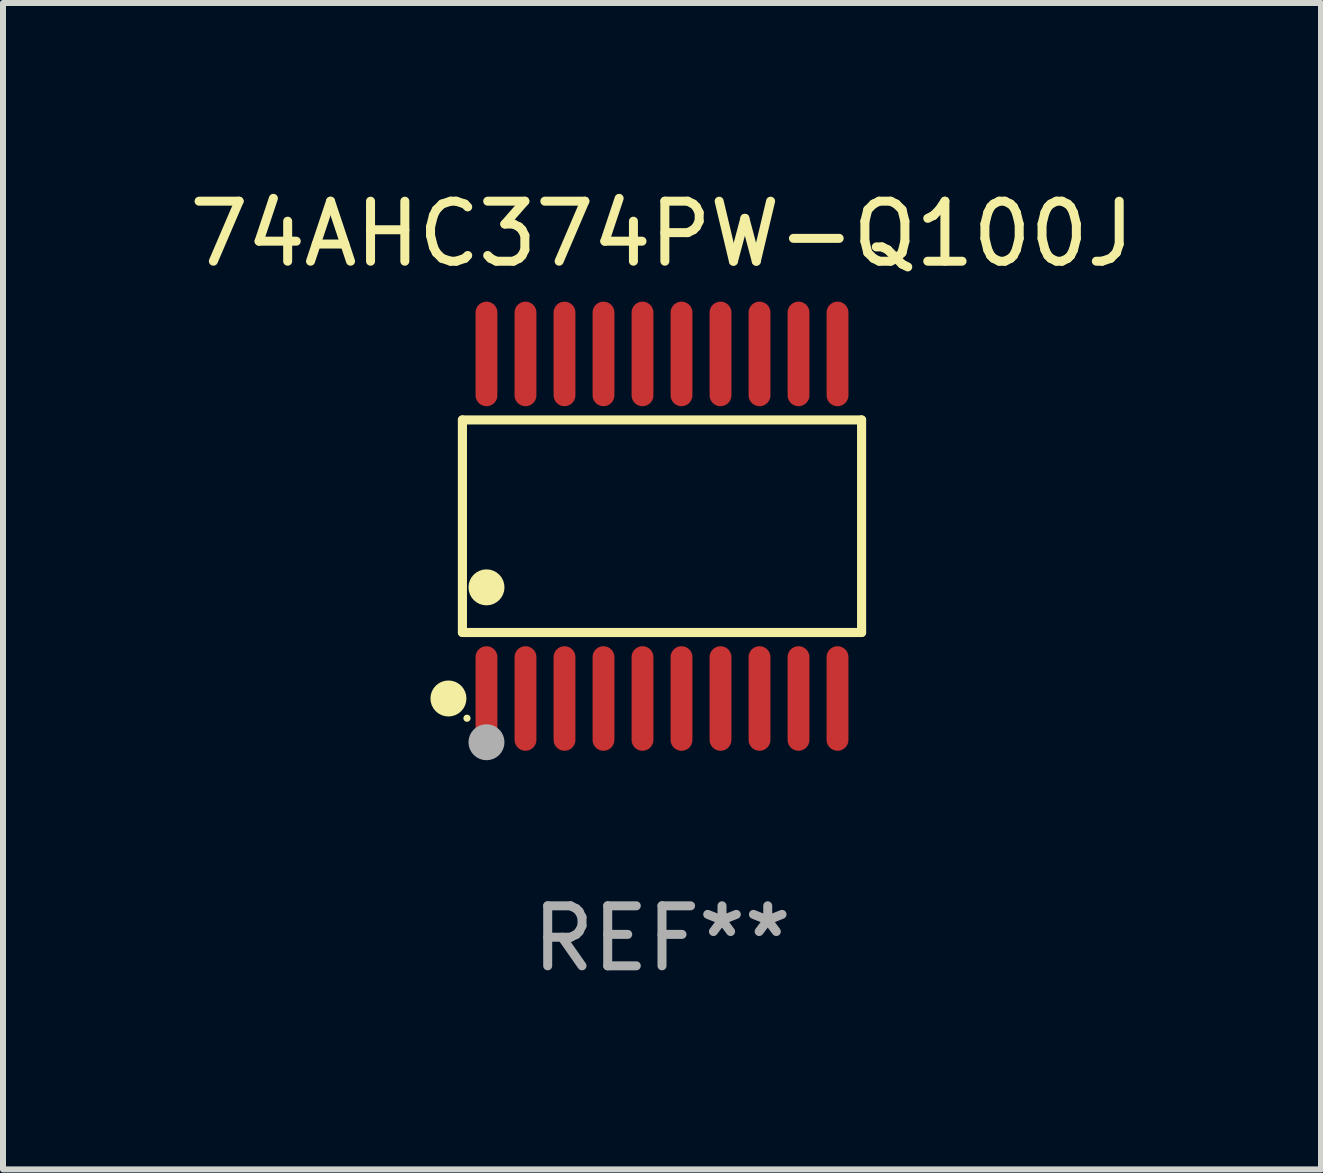
<source format=kicad_pcb>
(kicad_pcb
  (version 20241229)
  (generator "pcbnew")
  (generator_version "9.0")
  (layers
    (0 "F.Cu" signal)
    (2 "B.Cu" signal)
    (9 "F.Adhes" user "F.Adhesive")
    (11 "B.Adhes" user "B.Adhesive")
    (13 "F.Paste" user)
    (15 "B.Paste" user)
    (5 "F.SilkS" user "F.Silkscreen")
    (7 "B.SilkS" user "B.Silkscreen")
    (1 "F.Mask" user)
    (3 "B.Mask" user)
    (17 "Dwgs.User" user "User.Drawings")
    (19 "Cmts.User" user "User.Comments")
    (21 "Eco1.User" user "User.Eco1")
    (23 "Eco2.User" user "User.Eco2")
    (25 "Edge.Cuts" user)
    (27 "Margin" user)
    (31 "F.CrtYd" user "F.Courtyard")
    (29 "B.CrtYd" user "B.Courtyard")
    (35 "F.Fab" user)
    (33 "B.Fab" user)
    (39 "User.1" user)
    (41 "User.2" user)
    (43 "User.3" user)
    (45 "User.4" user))
  (footprint "74AHC374PW-Q100J"
    (layer "F.Cu")
    (at 7.982 5.719)
    (property "Reference" "74AHC374PW-Q100J" (at 0 -4.871 0) (layer "F.SilkS") (effects (font (size 1 1) (thickness 0.15))))
    (attr through_hole)
    (fp_line (start -3.326 -1.771) (end 3.326 -1.771) (stroke (width 0.152) (type solid)) (layer "F.SilkS"))
    (fp_line (start -3.326 1.771) (end -3.326 -1.771) (stroke (width 0.152) (type solid)) (layer "F.SilkS"))
    (fp_line (start 3.326 -1.771) (end 3.326 1.771) (stroke (width 0.152) (type solid)) (layer "F.SilkS"))
    (fp_line (start 3.326 1.771) (end -3.326 1.771) (stroke (width 0.152) (type solid)) (layer "F.SilkS"))
    (fp_circle (center -3.559 2.871) (end -3.409 2.871) (stroke (width 0.3) (type solid)) (fill no) (layer "F.SilkS"))
    (fp_circle (center -3.25 3.2) (end -3.22 3.2) (stroke (width 0.06) (type solid)) (fill no) (layer "F.SilkS"))
    (fp_circle (center -2.925 1.019) (end -2.775 1.019) (stroke (width 0.3) (type solid)) (fill no) (layer "F.SilkS"))
    (fp_circle (center -2.925 3.6) (end -2.775 3.6) (stroke (width 0.3) (type solid)) (fill no) (layer "F.Fab"))
    (fp_text user "REF**" (at 0 6.871 0) (layer "F.Fab") (effects (font (size 1 1) (thickness 0.15))))
    (pad "1" smd oval (at -2.925 2.871) (size 0.364 1.742) (layers "F.Cu" "F.Mask" "F.Paste"))
    (pad "2" smd oval (at -2.275 2.871) (size 0.364 1.742) (layers "F.Cu" "F.Mask" "F.Paste"))
    (pad "3" smd oval (at -1.625 2.871) (size 0.364 1.742) (layers "F.Cu" "F.Mask" "F.Paste"))
    (pad "4" smd oval (at -0.975 2.871) (size 0.364 1.742) (layers "F.Cu" "F.Mask" "F.Paste"))
    (pad "5" smd oval (at -0.325 2.871) (size 0.364 1.742) (layers "F.Cu" "F.Mask" "F.Paste"))
    (pad "6" smd oval (at 0.325 2.871) (size 0.364 1.742) (layers "F.Cu" "F.Mask" "F.Paste"))
    (pad "7" smd oval (at 0.975 2.871) (size 0.364 1.742) (layers "F.Cu" "F.Mask" "F.Paste"))
    (pad "8" smd oval (at 1.625 2.871) (size 0.364 1.742) (layers "F.Cu" "F.Mask" "F.Paste"))
    (pad "9" smd oval (at 2.275 2.871) (size 0.364 1.742) (layers "F.Cu" "F.Mask" "F.Paste"))
    (pad "10" smd oval (at 2.925 2.871) (size 0.364 1.742) (layers "F.Cu" "F.Mask" "F.Paste"))
    (pad "11" smd oval (at 2.925 -2.871) (size 0.364 1.742) (layers "F.Cu" "F.Mask" "F.Paste"))
    (pad "12" smd oval (at 2.275 -2.871) (size 0.364 1.742) (layers "F.Cu" "F.Mask" "F.Paste"))
    (pad "13" smd oval (at 1.625 -2.871) (size 0.364 1.742) (layers "F.Cu" "F.Mask" "F.Paste"))
    (pad "14" smd oval (at 0.975 -2.871) (size 0.364 1.742) (layers "F.Cu" "F.Mask" "F.Paste"))
    (pad "15" smd oval (at 0.325 -2.871) (size 0.364 1.742) (layers "F.Cu" "F.Mask" "F.Paste"))
    (pad "16" smd oval (at -0.325 -2.871) (size 0.364 1.742) (layers "F.Cu" "F.Mask" "F.Paste"))
    (pad "17" smd oval (at -0.975 -2.871) (size 0.364 1.742) (layers "F.Cu" "F.Mask" "F.Paste"))
    (pad "18" smd oval (at -1.625 -2.871) (size 0.364 1.742) (layers "F.Cu" "F.Mask" "F.Paste"))
    (pad "19" smd oval (at -2.275 -2.871) (size 0.364 1.742) (layers "F.Cu" "F.Mask" "F.Paste"))
    (pad "20" smd oval (at -2.925 -2.871) (size 0.364 1.742) (layers "F.Cu" "F.Mask" "F.Paste")))
  (gr_rect
    (start -3 -3)
    (end 18.964 16.438)
    (stroke (width 0.1) (type default))
    (fill no)
    (layer "Edge.Cuts")))
</source>
